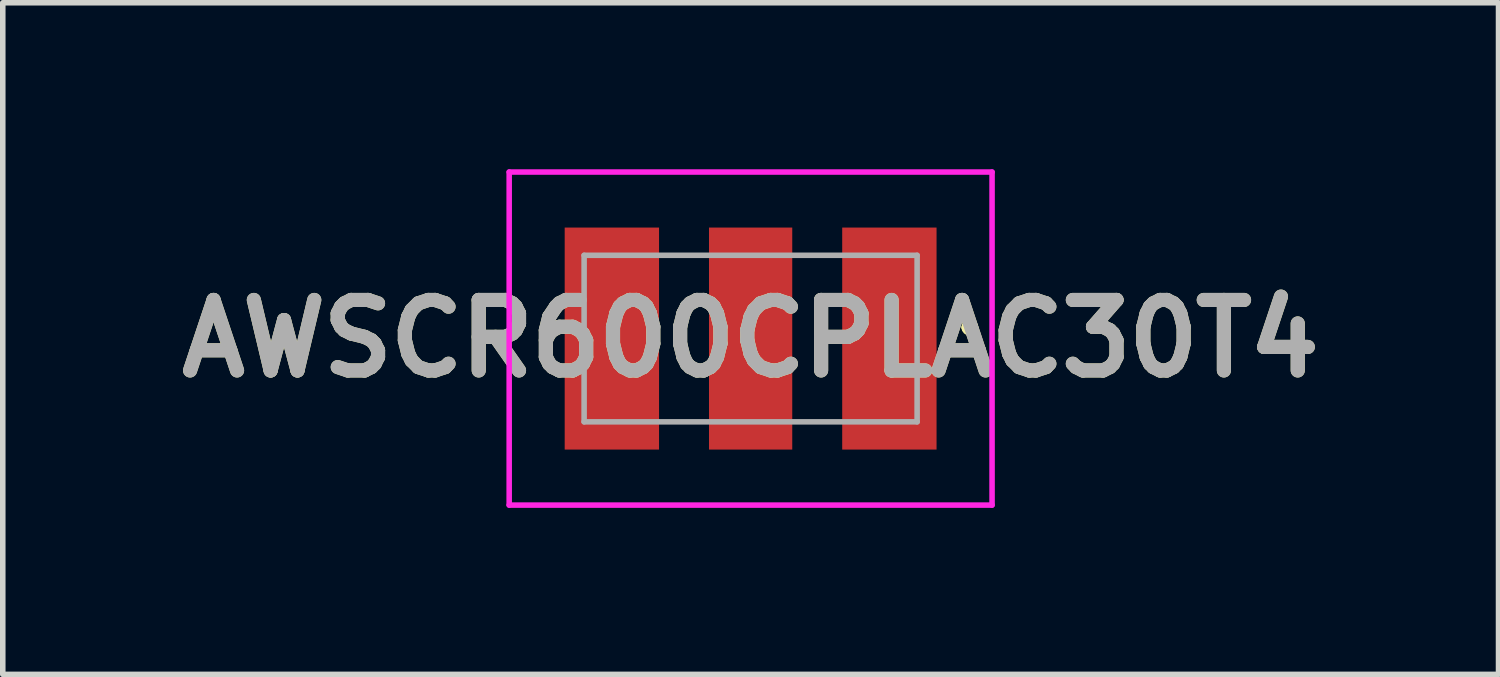
<source format=kicad_pcb>
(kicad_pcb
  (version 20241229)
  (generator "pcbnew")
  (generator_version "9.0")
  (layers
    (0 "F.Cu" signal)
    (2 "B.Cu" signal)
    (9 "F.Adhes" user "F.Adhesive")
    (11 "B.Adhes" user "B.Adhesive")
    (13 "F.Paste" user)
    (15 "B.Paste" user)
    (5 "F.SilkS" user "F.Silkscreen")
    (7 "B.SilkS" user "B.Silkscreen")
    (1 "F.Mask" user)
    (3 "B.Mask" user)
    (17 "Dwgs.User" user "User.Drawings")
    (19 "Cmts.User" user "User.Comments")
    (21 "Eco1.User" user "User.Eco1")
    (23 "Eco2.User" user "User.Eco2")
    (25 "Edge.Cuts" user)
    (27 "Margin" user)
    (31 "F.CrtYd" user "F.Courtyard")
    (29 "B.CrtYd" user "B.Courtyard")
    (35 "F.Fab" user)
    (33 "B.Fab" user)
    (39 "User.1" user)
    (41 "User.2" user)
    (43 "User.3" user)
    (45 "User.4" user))
  (footprint "AWSCR600CPLAC30T4"
    (layer "F.Cu")
    (at 10.474 3.05)
    (property "Reference" "AWSCR600CPLAC30T4" (at 0 0 0) (layer "F.SilkS") (effects (font (size 1.27 1.27) (thickness 0.254))))
    (attr smd)
    (fp_line (start 3.9 -0.2) (end 3.9 -0.2) (stroke (width 0.2) (type solid)) (layer "F.SilkS"))
    (fp_line (start 4 -0.2) (end 4 -0.2) (stroke (width 0.2) (type solid)) (layer "F.SilkS"))
    (fp_arc (start 3.9 -0.2) (mid 3.95 -0.25) (end 4 -0.2) (stroke (width 0.2) (type solid)) (layer "F.SilkS"))
    (fp_arc (start 4 -0.2) (mid 3.95 -0.15) (end 3.9 -0.2) (stroke (width 0.2) (type solid)) (layer "F.SilkS"))
    (fp_line (start -4.35 -3) (end -4.35 3) (stroke (width 0.1) (type solid)) (layer "F.CrtYd"))
    (fp_line (start -4.35 3) (end 4.35 3) (stroke (width 0.1) (type solid)) (layer "F.CrtYd"))
    (fp_line (start 4.35 -3) (end -4.35 -3) (stroke (width 0.1) (type solid)) (layer "F.CrtYd"))
    (fp_line (start 4.35 3) (end 4.35 -3) (stroke (width 0.1) (type solid)) (layer "F.CrtYd"))
    (fp_line (start -3 -1.5) (end -3 1.5) (stroke (width 0.1) (type solid)) (layer "F.Fab"))
    (fp_line (start -3 1.5) (end 3 1.5) (stroke (width 0.1) (type solid)) (layer "F.Fab"))
    (fp_line (start 3 -1.5) (end -3 -1.5) (stroke (width 0.1) (type solid)) (layer "F.Fab"))
    (fp_line (start 3 1.5) (end 3 -1.5) (stroke (width 0.1) (type solid)) (layer "F.Fab"))
    (fp_text user "${REFERENCE}" (at 0 0 0) (layer "F.Fab") (effects (font (size 1.27 1.27) (thickness 0.254))))
    (pad "1" smd rect (at 2.5 0) (size 1.7 4) (layers "F.Cu" "F.Mask" "F.Paste"))
    (pad "2" smd rect (at 0 0) (size 1.5 4) (layers "F.Cu" "F.Mask" "F.Paste"))
    (pad "3" smd rect (at -2.5 0) (size 1.7 4) (layers "F.Cu" "F.Mask" "F.Paste")))
  (gr_rect
    (start -3 -3)
    (end 23.949 9.1)
    (stroke (width 0.1) (type default))
    (fill no)
    (layer "Edge.Cuts")))
</source>
